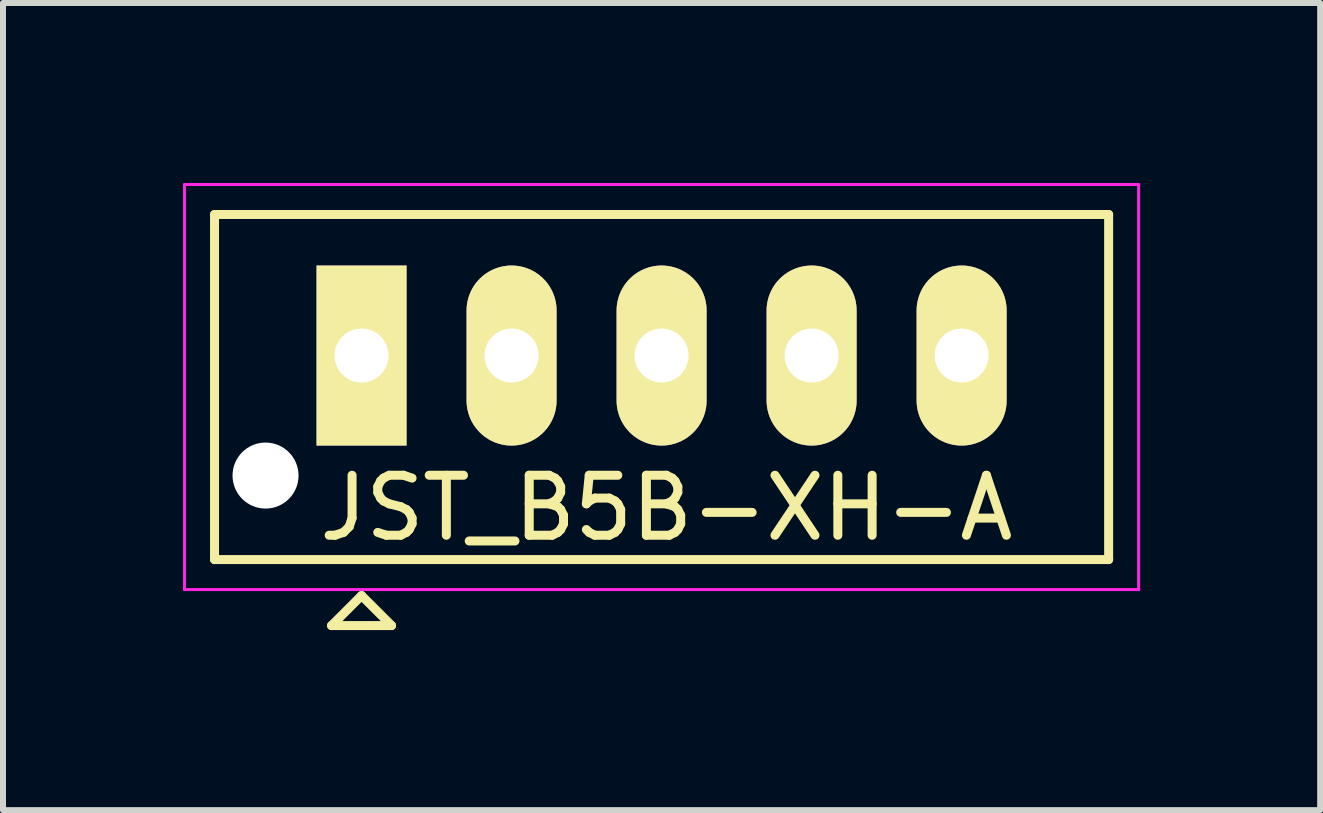
<source format=kicad_pcb>
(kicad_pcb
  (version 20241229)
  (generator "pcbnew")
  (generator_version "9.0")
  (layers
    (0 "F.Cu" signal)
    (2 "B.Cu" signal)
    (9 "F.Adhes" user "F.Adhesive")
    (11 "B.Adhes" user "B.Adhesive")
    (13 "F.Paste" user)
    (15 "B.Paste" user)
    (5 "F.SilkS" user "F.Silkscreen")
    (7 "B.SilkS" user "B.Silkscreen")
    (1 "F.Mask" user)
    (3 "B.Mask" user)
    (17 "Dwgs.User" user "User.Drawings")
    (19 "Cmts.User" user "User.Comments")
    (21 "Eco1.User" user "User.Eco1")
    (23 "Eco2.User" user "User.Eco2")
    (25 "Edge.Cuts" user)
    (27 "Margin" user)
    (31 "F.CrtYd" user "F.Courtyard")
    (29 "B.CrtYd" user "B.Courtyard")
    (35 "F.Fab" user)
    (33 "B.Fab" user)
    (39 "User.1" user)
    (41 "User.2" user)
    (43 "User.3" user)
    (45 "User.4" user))
  (footprint "JST_B5B-XH-A"
    (layer "F.Cu")
    (at 2.975 2.875)
    (property "Reference" "JST_B5B-XH-A" (at 5.08 2.54 0) (layer "F.SilkS") (effects (font (size 1 1) (thickness 0.15))))
    (attr through_hole)
    (fp_line (start -2.45 -2.35) (end -2.45 3.4) (stroke (width 0.15) (type solid)) (layer "F.SilkS"))
    (fp_line (start -2.45 -2.35) (end 12.45 -2.35) (stroke (width 0.15) (type solid)) (layer "F.SilkS"))
    (fp_line (start -2.45 3.4) (end 12.45 3.4) (stroke (width 0.15) (type solid)) (layer "F.SilkS"))
    (fp_line (start -0.5 4.5) (end 0.5 4.5) (stroke (width 0.15) (type solid)) (layer "F.SilkS"))
    (fp_line (start 0 4) (end -0.5 4.5) (stroke (width 0.15) (type solid)) (layer "F.SilkS"))
    (fp_line (start 0 4) (end 0.5 4.5) (stroke (width 0.15) (type solid)) (layer "F.SilkS"))
    (fp_line (start 12.45 -2.35) (end 12.45 3.4) (stroke (width 0.15) (type solid)) (layer "F.SilkS"))
    (fp_line (start -2.95 -2.85) (end -2.95 3.9) (stroke (width 0.05) (type solid)) (layer "F.CrtYd"))
    (fp_line (start -2.95 -2.85) (end 12.95 -2.85) (stroke (width 0.05) (type solid)) (layer "F.CrtYd"))
    (fp_line (start -2.95 3.9) (end 12.95 3.9) (stroke (width 0.05) (type solid)) (layer "F.CrtYd"))
    (fp_line (start 12.95 -2.85) (end 12.95 3.9) (stroke (width 0.05) (type solid)) (layer "F.CrtYd"))
    (pad "" np_thru_hole circle (at -1.6 2) (size 1.1 1.1) (drill 1.1) (layers "*.Cu" "*.Mask"))
    (pad "1" thru_hole rect (at 0 0) (size 1.5 3) (drill 0.9) (layers "*.Cu" "*.Mask" "F.SilkS"))
    (pad "2" thru_hole oval (at 2.5 0) (size 1.5 3) (drill 0.9) (layers "*.Cu" "*.Mask" "F.SilkS"))
    (pad "3" thru_hole oval (at 5 0) (size 1.5 3) (drill 0.9) (layers "*.Cu" "*.Mask" "F.SilkS"))
    (pad "4" thru_hole oval (at 7.5 0) (size 1.5 3) (drill 0.9) (layers "*.Cu" "*.Mask" "F.SilkS"))
    (pad "5" thru_hole oval (at 10 0) (size 1.5 3) (drill 0.9) (layers "*.Cu" "*.Mask" "F.SilkS")))
  (gr_rect
    (start -3 -3)
    (end 18.95 10.45)
    (stroke (width 0.1) (type default))
    (fill no)
    (layer "Edge.Cuts")))
</source>
